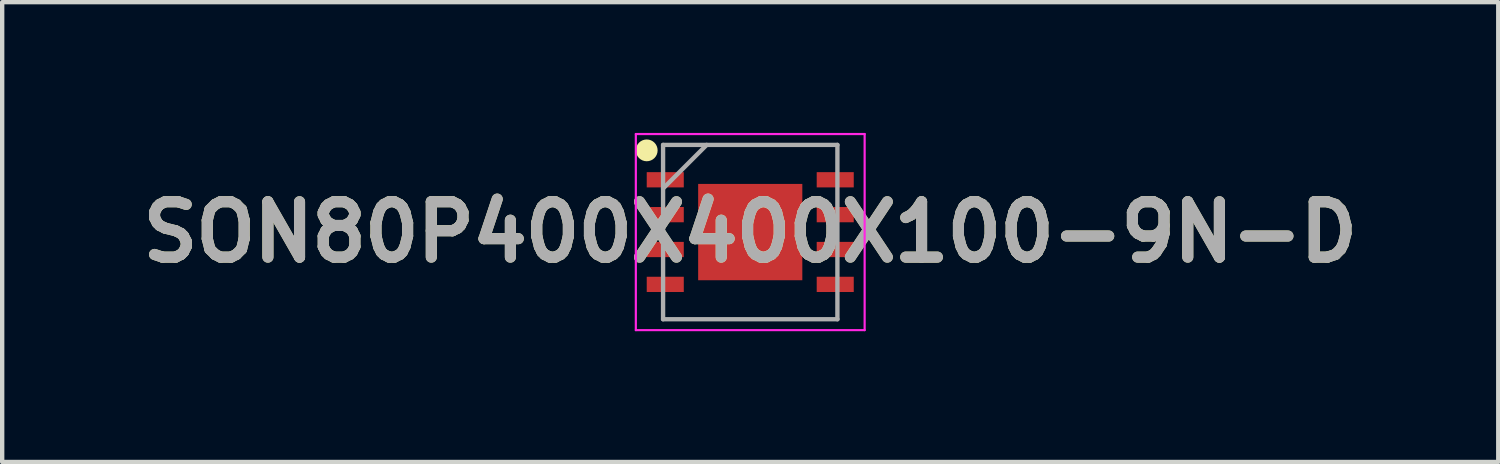
<source format=kicad_pcb>
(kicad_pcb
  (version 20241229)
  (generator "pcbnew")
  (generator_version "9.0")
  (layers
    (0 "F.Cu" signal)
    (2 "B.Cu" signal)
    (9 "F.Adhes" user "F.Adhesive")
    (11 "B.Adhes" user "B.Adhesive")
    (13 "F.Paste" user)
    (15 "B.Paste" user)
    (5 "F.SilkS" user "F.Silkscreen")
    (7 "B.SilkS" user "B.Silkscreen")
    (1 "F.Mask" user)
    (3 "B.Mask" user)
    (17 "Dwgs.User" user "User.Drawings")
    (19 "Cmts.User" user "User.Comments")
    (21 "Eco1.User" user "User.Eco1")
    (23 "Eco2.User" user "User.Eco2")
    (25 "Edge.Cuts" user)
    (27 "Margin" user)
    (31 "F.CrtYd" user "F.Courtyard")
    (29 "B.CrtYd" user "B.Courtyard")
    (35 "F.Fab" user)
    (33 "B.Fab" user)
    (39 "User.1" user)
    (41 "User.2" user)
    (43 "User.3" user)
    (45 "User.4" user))
  (footprint "SON80P400X400X100-9N-D"
    (layer "F.Cu")
    (at 14.164 2.275)
    (property "Reference" "SON80P400X400X100-9N-D" (at 0 0 0) (layer "F.SilkS") (effects (font (size 1.27 1.27) (thickness 0.254))))
    (attr smd)
    (fp_circle (center -2.375 -1.875) (end -2.375 -1.75) (stroke (width 0.25) (type solid)) (fill no) (layer "F.SilkS"))
    (fp_line (start -2.625 -2.25) (end 2.625 -2.25) (stroke (width 0.05) (type solid)) (layer "F.CrtYd"))
    (fp_line (start -2.625 2.25) (end -2.625 -2.25) (stroke (width 0.05) (type solid)) (layer "F.CrtYd"))
    (fp_line (start 2.625 -2.25) (end 2.625 2.25) (stroke (width 0.05) (type solid)) (layer "F.CrtYd"))
    (fp_line (start 2.625 2.25) (end -2.625 2.25) (stroke (width 0.05) (type solid)) (layer "F.CrtYd"))
    (fp_line (start -2 -2) (end 2 -2) (stroke (width 0.1) (type solid)) (layer "F.Fab"))
    (fp_line (start -2 -1) (end -1 -2) (stroke (width 0.1) (type solid)) (layer "F.Fab"))
    (fp_line (start -2 2) (end -2 -2) (stroke (width 0.1) (type solid)) (layer "F.Fab"))
    (fp_line (start 2 -2) (end 2 2) (stroke (width 0.1) (type solid)) (layer "F.Fab"))
    (fp_line (start 2 2) (end -2 2) (stroke (width 0.1) (type solid)) (layer "F.Fab"))
    (fp_text user "${REFERENCE}" (at 0 0 0) (layer "F.Fab") (effects (font (size 1.27 1.27) (thickness 0.254))))
    (pad "1" smd rect (at -1.95 -1.2 90) (size 0.35 0.85) (layers "F.Cu" "F.Mask" "F.Paste"))
    (pad "2" smd rect (at -1.95 -0.4 90) (size 0.35 0.85) (layers "F.Cu" "F.Mask" "F.Paste"))
    (pad "3" smd rect (at -1.95 0.4 90) (size 0.35 0.85) (layers "F.Cu" "F.Mask" "F.Paste"))
    (pad "4" smd rect (at -1.95 1.2 90) (size 0.35 0.85) (layers "F.Cu" "F.Mask" "F.Paste"))
    (pad "5" smd rect (at 1.95 1.2 90) (size 0.35 0.85) (layers "F.Cu" "F.Mask" "F.Paste"))
    (pad "6" smd rect (at 1.95 0.4 90) (size 0.35 0.85) (layers "F.Cu" "F.Mask" "F.Paste"))
    (pad "7" smd rect (at 1.95 -0.4 90) (size 0.35 0.85) (layers "F.Cu" "F.Mask" "F.Paste"))
    (pad "8" smd rect (at 1.95 -1.2 90) (size 0.35 0.85) (layers "F.Cu" "F.Mask" "F.Paste"))
    (pad "9" smd rect (at 0 0 90) (size 2.21 2.39) (layers "F.Cu" "F.Mask" "F.Paste")))
  (gr_rect
    (start -3 -3)
    (end 31.327 7.55)
    (stroke (width 0.1) (type default))
    (fill no)
    (layer "Edge.Cuts")))
</source>
